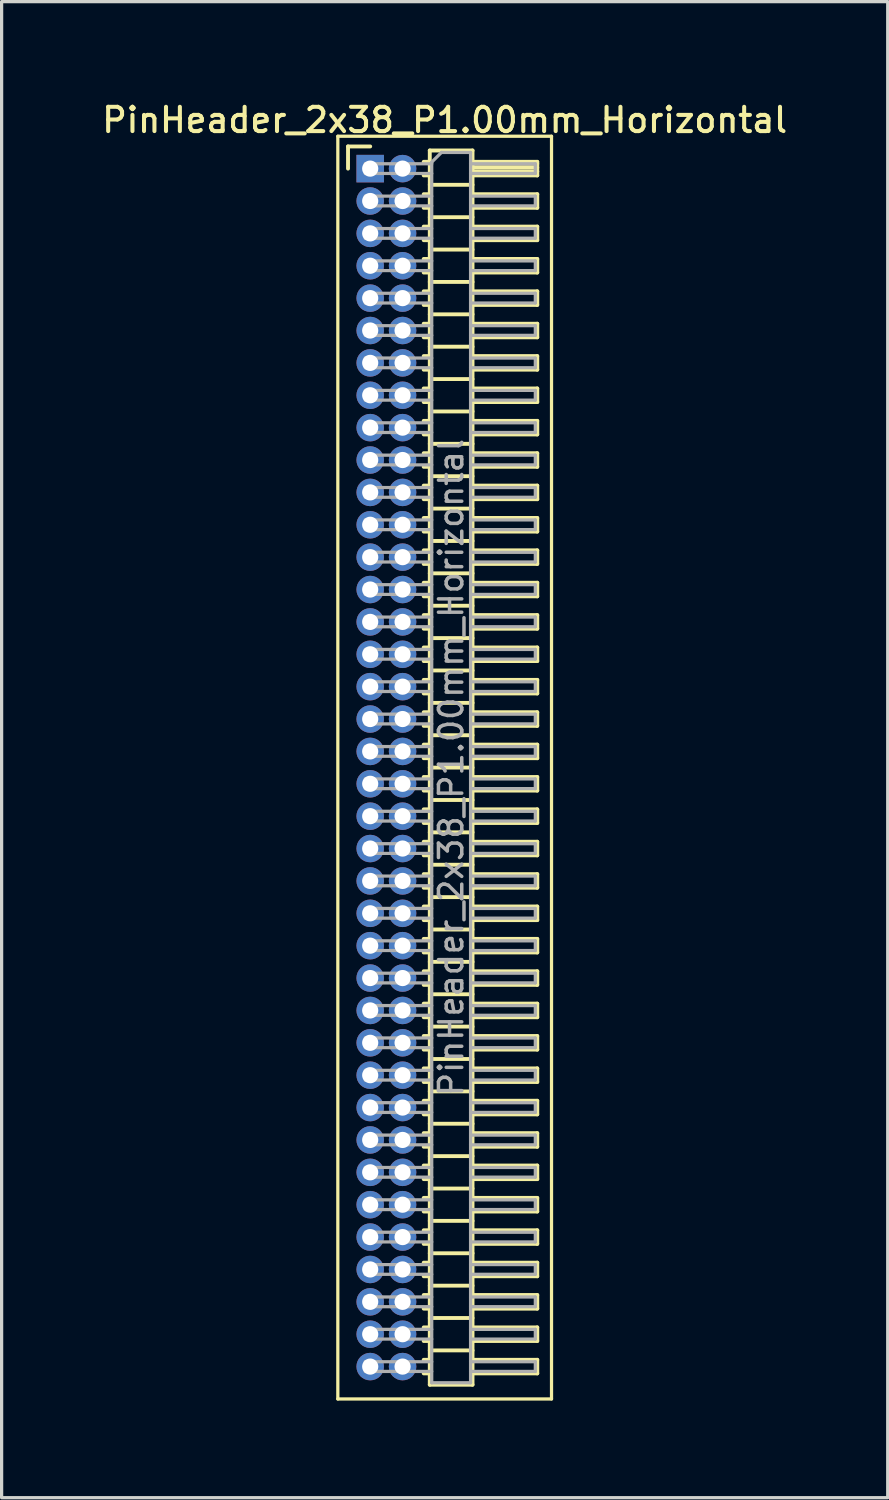
<source format=kicad_pcb>
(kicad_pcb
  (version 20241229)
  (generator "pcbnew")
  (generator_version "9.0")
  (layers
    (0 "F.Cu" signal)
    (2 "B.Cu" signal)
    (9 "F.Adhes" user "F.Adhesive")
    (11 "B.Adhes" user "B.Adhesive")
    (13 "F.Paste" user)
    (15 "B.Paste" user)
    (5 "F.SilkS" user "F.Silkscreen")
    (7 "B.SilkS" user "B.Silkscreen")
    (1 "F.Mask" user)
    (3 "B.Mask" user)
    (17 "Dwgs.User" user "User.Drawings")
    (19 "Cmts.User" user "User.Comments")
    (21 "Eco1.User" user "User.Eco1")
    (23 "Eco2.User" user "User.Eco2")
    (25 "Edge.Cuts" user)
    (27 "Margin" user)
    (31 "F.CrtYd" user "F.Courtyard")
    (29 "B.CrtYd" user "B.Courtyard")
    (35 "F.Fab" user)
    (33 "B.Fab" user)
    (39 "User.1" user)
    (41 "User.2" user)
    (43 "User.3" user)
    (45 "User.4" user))
  (footprint "PinHeader_2x38_P1.00mm_Horizontal"
    (layer "F.Cu")
    (at 8.384 2.158)
    (property "Reference" "PinHeader_2x38_P1.00mm_Horizontal" (at 2.3 -1.5 0) (layer "F.SilkS") (effects (font (size 0.75 0.75) (thickness 0.125))))
    (attr through_hole)
    (fp_line (start -1 -1) (end -1 38) (stroke (width 0.1) (type solid)) (layer "F.SilkS"))
    (fp_line (start -1 38) (end 5.6 38) (stroke (width 0.1) (type solid)) (layer "F.SilkS"))
    (fp_line (start -0.685 -0.685) (end 0 -0.685) (stroke (width 0.12) (type solid)) (layer "F.SilkS"))
    (fp_line (start -0.685 0) (end -0.685 -0.685) (stroke (width 0.12) (type solid)) (layer "F.SilkS"))
    (fp_line (start 1.652 -0.21) (end 1.84 -0.21) (stroke (width 0.12) (type solid)) (layer "F.SilkS"))
    (fp_line (start 1.652 0.21) (end 1.84 0.21) (stroke (width 0.12) (type solid)) (layer "F.SilkS"))
    (fp_line (start 1.652 0.79) (end 1.84 0.79) (stroke (width 0.12) (type solid)) (layer "F.SilkS"))
    (fp_line (start 1.652 1.21) (end 1.84 1.21) (stroke (width 0.12) (type solid)) (layer "F.SilkS"))
    (fp_line (start 1.652 1.79) (end 1.84 1.79) (stroke (width 0.12) (type solid)) (layer "F.SilkS"))
    (fp_line (start 1.652 2.21) (end 1.84 2.21) (stroke (width 0.12) (type solid)) (layer "F.SilkS"))
    (fp_line (start 1.652 2.79) (end 1.84 2.79) (stroke (width 0.12) (type solid)) (layer "F.SilkS"))
    (fp_line (start 1.652 3.21) (end 1.84 3.21) (stroke (width 0.12) (type solid)) (layer "F.SilkS"))
    (fp_line (start 1.652 3.79) (end 1.84 3.79) (stroke (width 0.12) (type solid)) (layer "F.SilkS"))
    (fp_line (start 1.652 4.21) (end 1.84 4.21) (stroke (width 0.12) (type solid)) (layer "F.SilkS"))
    (fp_line (start 1.652 4.79) (end 1.84 4.79) (stroke (width 0.12) (type solid)) (layer "F.SilkS"))
    (fp_line (start 1.652 5.21) (end 1.84 5.21) (stroke (width 0.12) (type solid)) (layer "F.SilkS"))
    (fp_line (start 1.652 5.79) (end 1.84 5.79) (stroke (width 0.12) (type solid)) (layer "F.SilkS"))
    (fp_line (start 1.652 6.21) (end 1.84 6.21) (stroke (width 0.12) (type solid)) (layer "F.SilkS"))
    (fp_line (start 1.652 6.79) (end 1.84 6.79) (stroke (width 0.12) (type solid)) (layer "F.SilkS"))
    (fp_line (start 1.652 7.21) (end 1.84 7.21) (stroke (width 0.12) (type solid)) (layer "F.SilkS"))
    (fp_line (start 1.652 7.79) (end 1.84 7.79) (stroke (width 0.12) (type solid)) (layer "F.SilkS"))
    (fp_line (start 1.652 8.21) (end 1.84 8.21) (stroke (width 0.12) (type solid)) (layer "F.SilkS"))
    (fp_line (start 1.652 8.79) (end 1.84 8.79) (stroke (width 0.12) (type solid)) (layer "F.SilkS"))
    (fp_line (start 1.652 9.21) (end 1.84 9.21) (stroke (width 0.12) (type solid)) (layer "F.SilkS"))
    (fp_line (start 1.652 9.79) (end 1.84 9.79) (stroke (width 0.12) (type solid)) (layer "F.SilkS"))
    (fp_line (start 1.652 10.21) (end 1.84 10.21) (stroke (width 0.12) (type solid)) (layer "F.SilkS"))
    (fp_line (start 1.652 10.79) (end 1.84 10.79) (stroke (width 0.12) (type solid)) (layer "F.SilkS"))
    (fp_line (start 1.652 11.21) (end 1.84 11.21) (stroke (width 0.12) (type solid)) (layer "F.SilkS"))
    (fp_line (start 1.652 11.79) (end 1.84 11.79) (stroke (width 0.12) (type solid)) (layer "F.SilkS"))
    (fp_line (start 1.652 12.21) (end 1.84 12.21) (stroke (width 0.12) (type solid)) (layer "F.SilkS"))
    (fp_line (start 1.652 12.79) (end 1.84 12.79) (stroke (width 0.12) (type solid)) (layer "F.SilkS"))
    (fp_line (start 1.652 13.21) (end 1.84 13.21) (stroke (width 0.12) (type solid)) (layer "F.SilkS"))
    (fp_line (start 1.652 13.79) (end 1.84 13.79) (stroke (width 0.12) (type solid)) (layer "F.SilkS"))
    (fp_line (start 1.652 14.21) (end 1.84 14.21) (stroke (width 0.12) (type solid)) (layer "F.SilkS"))
    (fp_line (start 1.652 14.79) (end 1.84 14.79) (stroke (width 0.12) (type solid)) (layer "F.SilkS"))
    (fp_line (start 1.652 15.21) (end 1.84 15.21) (stroke (width 0.12) (type solid)) (layer "F.SilkS"))
    (fp_line (start 1.652 15.79) (end 1.84 15.79) (stroke (width 0.12) (type solid)) (layer "F.SilkS"))
    (fp_line (start 1.652 16.21) (end 1.84 16.21) (stroke (width 0.12) (type solid)) (layer "F.SilkS"))
    (fp_line (start 1.652 16.79) (end 1.84 16.79) (stroke (width 0.12) (type solid)) (layer "F.SilkS"))
    (fp_line (start 1.652 17.21) (end 1.84 17.21) (stroke (width 0.12) (type solid)) (layer "F.SilkS"))
    (fp_line (start 1.652 17.79) (end 1.84 17.79) (stroke (width 0.12) (type solid)) (layer "F.SilkS"))
    (fp_line (start 1.652 18.21) (end 1.84 18.21) (stroke (width 0.12) (type solid)) (layer "F.SilkS"))
    (fp_line (start 1.652 18.79) (end 1.84 18.79) (stroke (width 0.12) (type solid)) (layer "F.SilkS"))
    (fp_line (start 1.652 19.21) (end 1.84 19.21) (stroke (width 0.12) (type solid)) (layer "F.SilkS"))
    (fp_line (start 1.652 19.79) (end 1.84 19.79) (stroke (width 0.12) (type solid)) (layer "F.SilkS"))
    (fp_line (start 1.652 20.21) (end 1.84 20.21) (stroke (width 0.12) (type solid)) (layer "F.SilkS"))
    (fp_line (start 1.652 20.79) (end 1.84 20.79) (stroke (width 0.12) (type solid)) (layer "F.SilkS"))
    (fp_line (start 1.652 21.21) (end 1.84 21.21) (stroke (width 0.12) (type solid)) (layer "F.SilkS"))
    (fp_line (start 1.652 21.79) (end 1.84 21.79) (stroke (width 0.12) (type solid)) (layer "F.SilkS"))
    (fp_line (start 1.652 22.21) (end 1.84 22.21) (stroke (width 0.12) (type solid)) (layer "F.SilkS"))
    (fp_line (start 1.652 22.79) (end 1.84 22.79) (stroke (width 0.12) (type solid)) (layer "F.SilkS"))
    (fp_line (start 1.652 23.21) (end 1.84 23.21) (stroke (width 0.12) (type solid)) (layer "F.SilkS"))
    (fp_line (start 1.652 23.79) (end 1.84 23.79) (stroke (width 0.12) (type solid)) (layer "F.SilkS"))
    (fp_line (start 1.652 24.21) (end 1.84 24.21) (stroke (width 0.12) (type solid)) (layer "F.SilkS"))
    (fp_line (start 1.652 24.79) (end 1.84 24.79) (stroke (width 0.12) (type solid)) (layer "F.SilkS"))
    (fp_line (start 1.652 25.21) (end 1.84 25.21) (stroke (width 0.12) (type solid)) (layer "F.SilkS"))
    (fp_line (start 1.652 25.79) (end 1.84 25.79) (stroke (width 0.12) (type solid)) (layer "F.SilkS"))
    (fp_line (start 1.652 26.21) (end 1.84 26.21) (stroke (width 0.12) (type solid)) (layer "F.SilkS"))
    (fp_line (start 1.652 26.79) (end 1.84 26.79) (stroke (width 0.12) (type solid)) (layer "F.SilkS"))
    (fp_line (start 1.652 27.21) (end 1.84 27.21) (stroke (width 0.12) (type solid)) (layer "F.SilkS"))
    (fp_line (start 1.652 27.79) (end 1.84 27.79) (stroke (width 0.12) (type solid)) (layer "F.SilkS"))
    (fp_line (start 1.652 28.21) (end 1.84 28.21) (stroke (width 0.12) (type solid)) (layer "F.SilkS"))
    (fp_line (start 1.652 28.79) (end 1.84 28.79) (stroke (width 0.12) (type solid)) (layer "F.SilkS"))
    (fp_line (start 1.652 29.21) (end 1.84 29.21) (stroke (width 0.12) (type solid)) (layer "F.SilkS"))
    (fp_line (start 1.652 29.79) (end 1.84 29.79) (stroke (width 0.12) (type solid)) (layer "F.SilkS"))
    (fp_line (start 1.652 30.21) (end 1.84 30.21) (stroke (width 0.12) (type solid)) (layer "F.SilkS"))
    (fp_line (start 1.652 30.79) (end 1.84 30.79) (stroke (width 0.12) (type solid)) (layer "F.SilkS"))
    (fp_line (start 1.652 31.21) (end 1.84 31.21) (stroke (width 0.12) (type solid)) (layer "F.SilkS"))
    (fp_line (start 1.652 31.79) (end 1.84 31.79) (stroke (width 0.12) (type solid)) (layer "F.SilkS"))
    (fp_line (start 1.652 32.21) (end 1.84 32.21) (stroke (width 0.12) (type solid)) (layer "F.SilkS"))
    (fp_line (start 1.652 32.79) (end 1.84 32.79) (stroke (width 0.12) (type solid)) (layer "F.SilkS"))
    (fp_line (start 1.652 33.21) (end 1.84 33.21) (stroke (width 0.12) (type solid)) (layer "F.SilkS"))
    (fp_line (start 1.652 33.79) (end 1.84 33.79) (stroke (width 0.12) (type solid)) (layer "F.SilkS"))
    (fp_line (start 1.652 34.21) (end 1.84 34.21) (stroke (width 0.12) (type solid)) (layer "F.SilkS"))
    (fp_line (start 1.652 34.79) (end 1.84 34.79) (stroke (width 0.12) (type solid)) (layer "F.SilkS"))
    (fp_line (start 1.652 35.21) (end 1.84 35.21) (stroke (width 0.12) (type solid)) (layer "F.SilkS"))
    (fp_line (start 1.652 35.79) (end 1.84 35.79) (stroke (width 0.12) (type solid)) (layer "F.SilkS"))
    (fp_line (start 1.652 36.21) (end 1.84 36.21) (stroke (width 0.12) (type solid)) (layer "F.SilkS"))
    (fp_line (start 1.652 36.79) (end 1.84 36.79) (stroke (width 0.12) (type solid)) (layer "F.SilkS"))
    (fp_line (start 1.652 37.21) (end 1.84 37.21) (stroke (width 0.12) (type solid)) (layer "F.SilkS"))
    (fp_line (start 1.84 -0.56) (end 1.84 37.56) (stroke (width 0.12) (type solid)) (layer "F.SilkS"))
    (fp_line (start 1.84 0.5) (end 3.16 0.5) (stroke (width 0.12) (type solid)) (layer "F.SilkS"))
    (fp_line (start 1.84 1.5) (end 3.16 1.5) (stroke (width 0.12) (type solid)) (layer "F.SilkS"))
    (fp_line (start 1.84 2.5) (end 3.16 2.5) (stroke (width 0.12) (type solid)) (layer "F.SilkS"))
    (fp_line (start 1.84 3.5) (end 3.16 3.5) (stroke (width 0.12) (type solid)) (layer "F.SilkS"))
    (fp_line (start 1.84 4.5) (end 3.16 4.5) (stroke (width 0.12) (type solid)) (layer "F.SilkS"))
    (fp_line (start 1.84 5.5) (end 3.16 5.5) (stroke (width 0.12) (type solid)) (layer "F.SilkS"))
    (fp_line (start 1.84 6.5) (end 3.16 6.5) (stroke (width 0.12) (type solid)) (layer "F.SilkS"))
    (fp_line (start 1.84 7.5) (end 3.16 7.5) (stroke (width 0.12) (type solid)) (layer "F.SilkS"))
    (fp_line (start 1.84 8.5) (end 3.16 8.5) (stroke (width 0.12) (type solid)) (layer "F.SilkS"))
    (fp_line (start 1.84 9.5) (end 3.16 9.5) (stroke (width 0.12) (type solid)) (layer "F.SilkS"))
    (fp_line (start 1.84 10.5) (end 3.16 10.5) (stroke (width 0.12) (type solid)) (layer "F.SilkS"))
    (fp_line (start 1.84 11.5) (end 3.16 11.5) (stroke (width 0.12) (type solid)) (layer "F.SilkS"))
    (fp_line (start 1.84 12.5) (end 3.16 12.5) (stroke (width 0.12) (type solid)) (layer "F.SilkS"))
    (fp_line (start 1.84 13.5) (end 3.16 13.5) (stroke (width 0.12) (type solid)) (layer "F.SilkS"))
    (fp_line (start 1.84 14.5) (end 3.16 14.5) (stroke (width 0.12) (type solid)) (layer "F.SilkS"))
    (fp_line (start 1.84 15.5) (end 3.16 15.5) (stroke (width 0.12) (type solid)) (layer "F.SilkS"))
    (fp_line (start 1.84 16.5) (end 3.16 16.5) (stroke (width 0.12) (type solid)) (layer "F.SilkS"))
    (fp_line (start 1.84 17.5) (end 3.16 17.5) (stroke (width 0.12) (type solid)) (layer "F.SilkS"))
    (fp_line (start 1.84 18.5) (end 3.16 18.5) (stroke (width 0.12) (type solid)) (layer "F.SilkS"))
    (fp_line (start 1.84 19.5) (end 3.16 19.5) (stroke (width 0.12) (type solid)) (layer "F.SilkS"))
    (fp_line (start 1.84 20.5) (end 3.16 20.5) (stroke (width 0.12) (type solid)) (layer "F.SilkS"))
    (fp_line (start 1.84 21.5) (end 3.16 21.5) (stroke (width 0.12) (type solid)) (layer "F.SilkS"))
    (fp_line (start 1.84 22.5) (end 3.16 22.5) (stroke (width 0.12) (type solid)) (layer "F.SilkS"))
    (fp_line (start 1.84 23.5) (end 3.16 23.5) (stroke (width 0.12) (type solid)) (layer "F.SilkS"))
    (fp_line (start 1.84 24.5) (end 3.16 24.5) (stroke (width 0.12) (type solid)) (layer "F.SilkS"))
    (fp_line (start 1.84 25.5) (end 3.16 25.5) (stroke (width 0.12) (type solid)) (layer "F.SilkS"))
    (fp_line (start 1.84 26.5) (end 3.16 26.5) (stroke (width 0.12) (type solid)) (layer "F.SilkS"))
    (fp_line (start 1.84 27.5) (end 3.16 27.5) (stroke (width 0.12) (type solid)) (layer "F.SilkS"))
    (fp_line (start 1.84 28.5) (end 3.16 28.5) (stroke (width 0.12) (type solid)) (layer "F.SilkS"))
    (fp_line (start 1.84 29.5) (end 3.16 29.5) (stroke (width 0.12) (type solid)) (layer "F.SilkS"))
    (fp_line (start 1.84 30.5) (end 3.16 30.5) (stroke (width 0.12) (type solid)) (layer "F.SilkS"))
    (fp_line (start 1.84 31.5) (end 3.16 31.5) (stroke (width 0.12) (type solid)) (layer "F.SilkS"))
    (fp_line (start 1.84 32.5) (end 3.16 32.5) (stroke (width 0.12) (type solid)) (layer "F.SilkS"))
    (fp_line (start 1.84 33.5) (end 3.16 33.5) (stroke (width 0.12) (type solid)) (layer "F.SilkS"))
    (fp_line (start 1.84 34.5) (end 3.16 34.5) (stroke (width 0.12) (type solid)) (layer "F.SilkS"))
    (fp_line (start 1.84 35.5) (end 3.16 35.5) (stroke (width 0.12) (type solid)) (layer "F.SilkS"))
    (fp_line (start 1.84 36.5) (end 3.16 36.5) (stroke (width 0.12) (type solid)) (layer "F.SilkS"))
    (fp_line (start 1.84 37.56) (end 3.16 37.56) (stroke (width 0.12) (type solid)) (layer "F.SilkS"))
    (fp_line (start 3.16 -0.56) (end 1.84 -0.56) (stroke (width 0.12) (type solid)) (layer "F.SilkS"))
    (fp_line (start 3.16 -0.21) (end 5.16 -0.21) (stroke (width 0.12) (type solid)) (layer "F.SilkS"))
    (fp_line (start 3.16 -0.15) (end 5.16 -0.15) (stroke (width 0.12) (type solid)) (layer "F.SilkS"))
    (fp_line (start 3.16 -0.03) (end 5.16 -0.03) (stroke (width 0.12) (type solid)) (layer "F.SilkS"))
    (fp_line (start 3.16 0.09) (end 5.16 0.09) (stroke (width 0.12) (type solid)) (layer "F.SilkS"))
    (fp_line (start 3.16 0.79) (end 5.16 0.79) (stroke (width 0.12) (type solid)) (layer "F.SilkS"))
    (fp_line (start 3.16 1.79) (end 5.16 1.79) (stroke (width 0.12) (type solid)) (layer "F.SilkS"))
    (fp_line (start 3.16 2.79) (end 5.16 2.79) (stroke (width 0.12) (type solid)) (layer "F.SilkS"))
    (fp_line (start 3.16 3.79) (end 5.16 3.79) (stroke (width 0.12) (type solid)) (layer "F.SilkS"))
    (fp_line (start 3.16 4.79) (end 5.16 4.79) (stroke (width 0.12) (type solid)) (layer "F.SilkS"))
    (fp_line (start 3.16 5.79) (end 5.16 5.79) (stroke (width 0.12) (type solid)) (layer "F.SilkS"))
    (fp_line (start 3.16 6.79) (end 5.16 6.79) (stroke (width 0.12) (type solid)) (layer "F.SilkS"))
    (fp_line (start 3.16 7.79) (end 5.16 7.79) (stroke (width 0.12) (type solid)) (layer "F.SilkS"))
    (fp_line (start 3.16 8.79) (end 5.16 8.79) (stroke (width 0.12) (type solid)) (layer "F.SilkS"))
    (fp_line (start 3.16 9.79) (end 5.16 9.79) (stroke (width 0.12) (type solid)) (layer "F.SilkS"))
    (fp_line (start 3.16 10.79) (end 5.16 10.79) (stroke (width 0.12) (type solid)) (layer "F.SilkS"))
    (fp_line (start 3.16 11.79) (end 5.16 11.79) (stroke (width 0.12) (type solid)) (layer "F.SilkS"))
    (fp_line (start 3.16 12.79) (end 5.16 12.79) (stroke (width 0.12) (type solid)) (layer "F.SilkS"))
    (fp_line (start 3.16 13.79) (end 5.16 13.79) (stroke (width 0.12) (type solid)) (layer "F.SilkS"))
    (fp_line (start 3.16 14.79) (end 5.16 14.79) (stroke (width 0.12) (type solid)) (layer "F.SilkS"))
    (fp_line (start 3.16 15.79) (end 5.16 15.79) (stroke (width 0.12) (type solid)) (layer "F.SilkS"))
    (fp_line (start 3.16 16.79) (end 5.16 16.79) (stroke (width 0.12) (type solid)) (layer "F.SilkS"))
    (fp_line (start 3.16 17.79) (end 5.16 17.79) (stroke (width 0.12) (type solid)) (layer "F.SilkS"))
    (fp_line (start 3.16 18.79) (end 5.16 18.79) (stroke (width 0.12) (type solid)) (layer "F.SilkS"))
    (fp_line (start 3.16 19.79) (end 5.16 19.79) (stroke (width 0.12) (type solid)) (layer "F.SilkS"))
    (fp_line (start 3.16 20.79) (end 5.16 20.79) (stroke (width 0.12) (type solid)) (layer "F.SilkS"))
    (fp_line (start 3.16 21.79) (end 5.16 21.79) (stroke (width 0.12) (type solid)) (layer "F.SilkS"))
    (fp_line (start 3.16 22.79) (end 5.16 22.79) (stroke (width 0.12) (type solid)) (layer "F.SilkS"))
    (fp_line (start 3.16 23.79) (end 5.16 23.79) (stroke (width 0.12) (type solid)) (layer "F.SilkS"))
    (fp_line (start 3.16 24.79) (end 5.16 24.79) (stroke (width 0.12) (type solid)) (layer "F.SilkS"))
    (fp_line (start 3.16 25.79) (end 5.16 25.79) (stroke (width 0.12) (type solid)) (layer "F.SilkS"))
    (fp_line (start 3.16 26.79) (end 5.16 26.79) (stroke (width 0.12) (type solid)) (layer "F.SilkS"))
    (fp_line (start 3.16 27.79) (end 5.16 27.79) (stroke (width 0.12) (type solid)) (layer "F.SilkS"))
    (fp_line (start 3.16 28.79) (end 5.16 28.79) (stroke (width 0.12) (type solid)) (layer "F.SilkS"))
    (fp_line (start 3.16 29.79) (end 5.16 29.79) (stroke (width 0.12) (type solid)) (layer "F.SilkS"))
    (fp_line (start 3.16 30.79) (end 5.16 30.79) (stroke (width 0.12) (type solid)) (layer "F.SilkS"))
    (fp_line (start 3.16 31.79) (end 5.16 31.79) (stroke (width 0.12) (type solid)) (layer "F.SilkS"))
    (fp_line (start 3.16 32.79) (end 5.16 32.79) (stroke (width 0.12) (type solid)) (layer "F.SilkS"))
    (fp_line (start 3.16 33.79) (end 5.16 33.79) (stroke (width 0.12) (type solid)) (layer "F.SilkS"))
    (fp_line (start 3.16 34.79) (end 5.16 34.79) (stroke (width 0.12) (type solid)) (layer "F.SilkS"))
    (fp_line (start 3.16 35.79) (end 5.16 35.79) (stroke (width 0.12) (type solid)) (layer "F.SilkS"))
    (fp_line (start 3.16 36.79) (end 5.16 36.79) (stroke (width 0.12) (type solid)) (layer "F.SilkS"))
    (fp_line (start 3.16 37.56) (end 3.16 -0.56) (stroke (width 0.12) (type solid)) (layer "F.SilkS"))
    (fp_line (start 5.16 -0.21) (end 5.16 0.21) (stroke (width 0.12) (type solid)) (layer "F.SilkS"))
    (fp_line (start 5.16 0.21) (end 3.16 0.21) (stroke (width 0.12) (type solid)) (layer "F.SilkS"))
    (fp_line (start 5.16 0.79) (end 5.16 1.21) (stroke (width 0.12) (type solid)) (layer "F.SilkS"))
    (fp_line (start 5.16 1.21) (end 3.16 1.21) (stroke (width 0.12) (type solid)) (layer "F.SilkS"))
    (fp_line (start 5.16 1.79) (end 5.16 2.21) (stroke (width 0.12) (type solid)) (layer "F.SilkS"))
    (fp_line (start 5.16 2.21) (end 3.16 2.21) (stroke (width 0.12) (type solid)) (layer "F.SilkS"))
    (fp_line (start 5.16 2.79) (end 5.16 3.21) (stroke (width 0.12) (type solid)) (layer "F.SilkS"))
    (fp_line (start 5.16 3.21) (end 3.16 3.21) (stroke (width 0.12) (type solid)) (layer "F.SilkS"))
    (fp_line (start 5.16 3.79) (end 5.16 4.21) (stroke (width 0.12) (type solid)) (layer "F.SilkS"))
    (fp_line (start 5.16 4.21) (end 3.16 4.21) (stroke (width 0.12) (type solid)) (layer "F.SilkS"))
    (fp_line (start 5.16 4.79) (end 5.16 5.21) (stroke (width 0.12) (type solid)) (layer "F.SilkS"))
    (fp_line (start 5.16 5.21) (end 3.16 5.21) (stroke (width 0.12) (type solid)) (layer "F.SilkS"))
    (fp_line (start 5.16 5.79) (end 5.16 6.21) (stroke (width 0.12) (type solid)) (layer "F.SilkS"))
    (fp_line (start 5.16 6.21) (end 3.16 6.21) (stroke (width 0.12) (type solid)) (layer "F.SilkS"))
    (fp_line (start 5.16 6.79) (end 5.16 7.21) (stroke (width 0.12) (type solid)) (layer "F.SilkS"))
    (fp_line (start 5.16 7.21) (end 3.16 7.21) (stroke (width 0.12) (type solid)) (layer "F.SilkS"))
    (fp_line (start 5.16 7.79) (end 5.16 8.21) (stroke (width 0.12) (type solid)) (layer "F.SilkS"))
    (fp_line (start 5.16 8.21) (end 3.16 8.21) (stroke (width 0.12) (type solid)) (layer "F.SilkS"))
    (fp_line (start 5.16 8.79) (end 5.16 9.21) (stroke (width 0.12) (type solid)) (layer "F.SilkS"))
    (fp_line (start 5.16 9.21) (end 3.16 9.21) (stroke (width 0.12) (type solid)) (layer "F.SilkS"))
    (fp_line (start 5.16 9.79) (end 5.16 10.21) (stroke (width 0.12) (type solid)) (layer "F.SilkS"))
    (fp_line (start 5.16 10.21) (end 3.16 10.21) (stroke (width 0.12) (type solid)) (layer "F.SilkS"))
    (fp_line (start 5.16 10.79) (end 5.16 11.21) (stroke (width 0.12) (type solid)) (layer "F.SilkS"))
    (fp_line (start 5.16 11.21) (end 3.16 11.21) (stroke (width 0.12) (type solid)) (layer "F.SilkS"))
    (fp_line (start 5.16 11.79) (end 5.16 12.21) (stroke (width 0.12) (type solid)) (layer "F.SilkS"))
    (fp_line (start 5.16 12.21) (end 3.16 12.21) (stroke (width 0.12) (type solid)) (layer "F.SilkS"))
    (fp_line (start 5.16 12.79) (end 5.16 13.21) (stroke (width 0.12) (type solid)) (layer "F.SilkS"))
    (fp_line (start 5.16 13.21) (end 3.16 13.21) (stroke (width 0.12) (type solid)) (layer "F.SilkS"))
    (fp_line (start 5.16 13.79) (end 5.16 14.21) (stroke (width 0.12) (type solid)) (layer "F.SilkS"))
    (fp_line (start 5.16 14.21) (end 3.16 14.21) (stroke (width 0.12) (type solid)) (layer "F.SilkS"))
    (fp_line (start 5.16 14.79) (end 5.16 15.21) (stroke (width 0.12) (type solid)) (layer "F.SilkS"))
    (fp_line (start 5.16 15.21) (end 3.16 15.21) (stroke (width 0.12) (type solid)) (layer "F.SilkS"))
    (fp_line (start 5.16 15.79) (end 5.16 16.21) (stroke (width 0.12) (type solid)) (layer "F.SilkS"))
    (fp_line (start 5.16 16.21) (end 3.16 16.21) (stroke (width 0.12) (type solid)) (layer "F.SilkS"))
    (fp_line (start 5.16 16.79) (end 5.16 17.21) (stroke (width 0.12) (type solid)) (layer "F.SilkS"))
    (fp_line (start 5.16 17.21) (end 3.16 17.21) (stroke (width 0.12) (type solid)) (layer "F.SilkS"))
    (fp_line (start 5.16 17.79) (end 5.16 18.21) (stroke (width 0.12) (type solid)) (layer "F.SilkS"))
    (fp_line (start 5.16 18.21) (end 3.16 18.21) (stroke (width 0.12) (type solid)) (layer "F.SilkS"))
    (fp_line (start 5.16 18.79) (end 5.16 19.21) (stroke (width 0.12) (type solid)) (layer "F.SilkS"))
    (fp_line (start 5.16 19.21) (end 3.16 19.21) (stroke (width 0.12) (type solid)) (layer "F.SilkS"))
    (fp_line (start 5.16 19.79) (end 5.16 20.21) (stroke (width 0.12) (type solid)) (layer "F.SilkS"))
    (fp_line (start 5.16 20.21) (end 3.16 20.21) (stroke (width 0.12) (type solid)) (layer "F.SilkS"))
    (fp_line (start 5.16 20.79) (end 5.16 21.21) (stroke (width 0.12) (type solid)) (layer "F.SilkS"))
    (fp_line (start 5.16 21.21) (end 3.16 21.21) (stroke (width 0.12) (type solid)) (layer "F.SilkS"))
    (fp_line (start 5.16 21.79) (end 5.16 22.21) (stroke (width 0.12) (type solid)) (layer "F.SilkS"))
    (fp_line (start 5.16 22.21) (end 3.16 22.21) (stroke (width 0.12) (type solid)) (layer "F.SilkS"))
    (fp_line (start 5.16 22.79) (end 5.16 23.21) (stroke (width 0.12) (type solid)) (layer "F.SilkS"))
    (fp_line (start 5.16 23.21) (end 3.16 23.21) (stroke (width 0.12) (type solid)) (layer "F.SilkS"))
    (fp_line (start 5.16 23.79) (end 5.16 24.21) (stroke (width 0.12) (type solid)) (layer "F.SilkS"))
    (fp_line (start 5.16 24.21) (end 3.16 24.21) (stroke (width 0.12) (type solid)) (layer "F.SilkS"))
    (fp_line (start 5.16 24.79) (end 5.16 25.21) (stroke (width 0.12) (type solid)) (layer "F.SilkS"))
    (fp_line (start 5.16 25.21) (end 3.16 25.21) (stroke (width 0.12) (type solid)) (layer "F.SilkS"))
    (fp_line (start 5.16 25.79) (end 5.16 26.21) (stroke (width 0.12) (type solid)) (layer "F.SilkS"))
    (fp_line (start 5.16 26.21) (end 3.16 26.21) (stroke (width 0.12) (type solid)) (layer "F.SilkS"))
    (fp_line (start 5.16 26.79) (end 5.16 27.21) (stroke (width 0.12) (type solid)) (layer "F.SilkS"))
    (fp_line (start 5.16 27.21) (end 3.16 27.21) (stroke (width 0.12) (type solid)) (layer "F.SilkS"))
    (fp_line (start 5.16 27.79) (end 5.16 28.21) (stroke (width 0.12) (type solid)) (layer "F.SilkS"))
    (fp_line (start 5.16 28.21) (end 3.16 28.21) (stroke (width 0.12) (type solid)) (layer "F.SilkS"))
    (fp_line (start 5.16 28.79) (end 5.16 29.21) (stroke (width 0.12) (type solid)) (layer "F.SilkS"))
    (fp_line (start 5.16 29.21) (end 3.16 29.21) (stroke (width 0.12) (type solid)) (layer "F.SilkS"))
    (fp_line (start 5.16 29.79) (end 5.16 30.21) (stroke (width 0.12) (type solid)) (layer "F.SilkS"))
    (fp_line (start 5.16 30.21) (end 3.16 30.21) (stroke (width 0.12) (type solid)) (layer "F.SilkS"))
    (fp_line (start 5.16 30.79) (end 5.16 31.21) (stroke (width 0.12) (type solid)) (layer "F.SilkS"))
    (fp_line (start 5.16 31.21) (end 3.16 31.21) (stroke (width 0.12) (type solid)) (layer "F.SilkS"))
    (fp_line (start 5.16 31.79) (end 5.16 32.21) (stroke (width 0.12) (type solid)) (layer "F.SilkS"))
    (fp_line (start 5.16 32.21) (end 3.16 32.21) (stroke (width 0.12) (type solid)) (layer "F.SilkS"))
    (fp_line (start 5.16 32.79) (end 5.16 33.21) (stroke (width 0.12) (type solid)) (layer "F.SilkS"))
    (fp_line (start 5.16 33.21) (end 3.16 33.21) (stroke (width 0.12) (type solid)) (layer "F.SilkS"))
    (fp_line (start 5.16 33.79) (end 5.16 34.21) (stroke (width 0.12) (type solid)) (layer "F.SilkS"))
    (fp_line (start 5.16 34.21) (end 3.16 34.21) (stroke (width 0.12) (type solid)) (layer "F.SilkS"))
    (fp_line (start 5.16 34.79) (end 5.16 35.21) (stroke (width 0.12) (type solid)) (layer "F.SilkS"))
    (fp_line (start 5.16 35.21) (end 3.16 35.21) (stroke (width 0.12) (type solid)) (layer "F.SilkS"))
    (fp_line (start 5.16 35.79) (end 5.16 36.21) (stroke (width 0.12) (type solid)) (layer "F.SilkS"))
    (fp_line (start 5.16 36.21) (end 3.16 36.21) (stroke (width 0.12) (type solid)) (layer "F.SilkS"))
    (fp_line (start 5.16 36.79) (end 5.16 37.21) (stroke (width 0.12) (type solid)) (layer "F.SilkS"))
    (fp_line (start 5.16 37.21) (end 3.16 37.21) (stroke (width 0.12) (type solid)) (layer "F.SilkS"))
    (fp_line (start 5.6 -1) (end -1 -1) (stroke (width 0.1) (type solid)) (layer "F.SilkS"))
    (fp_line (start 5.6 38) (end 5.6 -1) (stroke (width 0.1) (type solid)) (layer "F.SilkS"))
    (fp_line (start -0.15 -0.15) (end -0.15 0.15) (stroke (width 0.1) (type solid)) (layer "F.Fab"))
    (fp_line (start -0.15 -0.15) (end 1.9 -0.15) (stroke (width 0.1) (type solid)) (layer "F.Fab"))
    (fp_line (start -0.15 0.15) (end 1.9 0.15) (stroke (width 0.1) (type solid)) (layer "F.Fab"))
    (fp_line (start -0.15 0.85) (end -0.15 1.15) (stroke (width 0.1) (type solid)) (layer "F.Fab"))
    (fp_line (start -0.15 0.85) (end 1.9 0.85) (stroke (width 0.1) (type solid)) (layer "F.Fab"))
    (fp_line (start -0.15 1.15) (end 1.9 1.15) (stroke (width 0.1) (type solid)) (layer "F.Fab"))
    (fp_line (start -0.15 1.85) (end -0.15 2.15) (stroke (width 0.1) (type solid)) (layer "F.Fab"))
    (fp_line (start -0.15 1.85) (end 1.9 1.85) (stroke (width 0.1) (type solid)) (layer "F.Fab"))
    (fp_line (start -0.15 2.15) (end 1.9 2.15) (stroke (width 0.1) (type solid)) (layer "F.Fab"))
    (fp_line (start -0.15 2.85) (end -0.15 3.15) (stroke (width 0.1) (type solid)) (layer "F.Fab"))
    (fp_line (start -0.15 2.85) (end 1.9 2.85) (stroke (width 0.1) (type solid)) (layer "F.Fab"))
    (fp_line (start -0.15 3.15) (end 1.9 3.15) (stroke (width 0.1) (type solid)) (layer "F.Fab"))
    (fp_line (start -0.15 3.85) (end -0.15 4.15) (stroke (width 0.1) (type solid)) (layer "F.Fab"))
    (fp_line (start -0.15 3.85) (end 1.9 3.85) (stroke (width 0.1) (type solid)) (layer "F.Fab"))
    (fp_line (start -0.15 4.15) (end 1.9 4.15) (stroke (width 0.1) (type solid)) (layer "F.Fab"))
    (fp_line (start -0.15 4.85) (end -0.15 5.15) (stroke (width 0.1) (type solid)) (layer "F.Fab"))
    (fp_line (start -0.15 4.85) (end 1.9 4.85) (stroke (width 0.1) (type solid)) (layer "F.Fab"))
    (fp_line (start -0.15 5.15) (end 1.9 5.15) (stroke (width 0.1) (type solid)) (layer "F.Fab"))
    (fp_line (start -0.15 5.85) (end -0.15 6.15) (stroke (width 0.1) (type solid)) (layer "F.Fab"))
    (fp_line (start -0.15 5.85) (end 1.9 5.85) (stroke (width 0.1) (type solid)) (layer "F.Fab"))
    (fp_line (start -0.15 6.15) (end 1.9 6.15) (stroke (width 0.1) (type solid)) (layer "F.Fab"))
    (fp_line (start -0.15 6.85) (end -0.15 7.15) (stroke (width 0.1) (type solid)) (layer "F.Fab"))
    (fp_line (start -0.15 6.85) (end 1.9 6.85) (stroke (width 0.1) (type solid)) (layer "F.Fab"))
    (fp_line (start -0.15 7.15) (end 1.9 7.15) (stroke (width 0.1) (type solid)) (layer "F.Fab"))
    (fp_line (start -0.15 7.85) (end -0.15 8.15) (stroke (width 0.1) (type solid)) (layer "F.Fab"))
    (fp_line (start -0.15 7.85) (end 1.9 7.85) (stroke (width 0.1) (type solid)) (layer "F.Fab"))
    (fp_line (start -0.15 8.15) (end 1.9 8.15) (stroke (width 0.1) (type solid)) (layer "F.Fab"))
    (fp_line (start -0.15 8.85) (end -0.15 9.15) (stroke (width 0.1) (type solid)) (layer "F.Fab"))
    (fp_line (start -0.15 8.85) (end 1.9 8.85) (stroke (width 0.1) (type solid)) (layer "F.Fab"))
    (fp_line (start -0.15 9.15) (end 1.9 9.15) (stroke (width 0.1) (type solid)) (layer "F.Fab"))
    (fp_line (start -0.15 9.85) (end -0.15 10.15) (stroke (width 0.1) (type solid)) (layer "F.Fab"))
    (fp_line (start -0.15 9.85) (end 1.9 9.85) (stroke (width 0.1) (type solid)) (layer "F.Fab"))
    (fp_line (start -0.15 10.15) (end 1.9 10.15) (stroke (width 0.1) (type solid)) (layer "F.Fab"))
    (fp_line (start -0.15 10.85) (end -0.15 11.15) (stroke (width 0.1) (type solid)) (layer "F.Fab"))
    (fp_line (start -0.15 10.85) (end 1.9 10.85) (stroke (width 0.1) (type solid)) (layer "F.Fab"))
    (fp_line (start -0.15 11.15) (end 1.9 11.15) (stroke (width 0.1) (type solid)) (layer "F.Fab"))
    (fp_line (start -0.15 11.85) (end -0.15 12.15) (stroke (width 0.1) (type solid)) (layer "F.Fab"))
    (fp_line (start -0.15 11.85) (end 1.9 11.85) (stroke (width 0.1) (type solid)) (layer "F.Fab"))
    (fp_line (start -0.15 12.15) (end 1.9 12.15) (stroke (width 0.1) (type solid)) (layer "F.Fab"))
    (fp_line (start -0.15 12.85) (end -0.15 13.15) (stroke (width 0.1) (type solid)) (layer "F.Fab"))
    (fp_line (start -0.15 12.85) (end 1.9 12.85) (stroke (width 0.1) (type solid)) (layer "F.Fab"))
    (fp_line (start -0.15 13.15) (end 1.9 13.15) (stroke (width 0.1) (type solid)) (layer "F.Fab"))
    (fp_line (start -0.15 13.85) (end -0.15 14.15) (stroke (width 0.1) (type solid)) (layer "F.Fab"))
    (fp_line (start -0.15 13.85) (end 1.9 13.85) (stroke (width 0.1) (type solid)) (layer "F.Fab"))
    (fp_line (start -0.15 14.15) (end 1.9 14.15) (stroke (width 0.1) (type solid)) (layer "F.Fab"))
    (fp_line (start -0.15 14.85) (end -0.15 15.15) (stroke (width 0.1) (type solid)) (layer "F.Fab"))
    (fp_line (start -0.15 14.85) (end 1.9 14.85) (stroke (width 0.1) (type solid)) (layer "F.Fab"))
    (fp_line (start -0.15 15.15) (end 1.9 15.15) (stroke (width 0.1) (type solid)) (layer "F.Fab"))
    (fp_line (start -0.15 15.85) (end -0.15 16.15) (stroke (width 0.1) (type solid)) (layer "F.Fab"))
    (fp_line (start -0.15 15.85) (end 1.9 15.85) (stroke (width 0.1) (type solid)) (layer "F.Fab"))
    (fp_line (start -0.15 16.15) (end 1.9 16.15) (stroke (width 0.1) (type solid)) (layer "F.Fab"))
    (fp_line (start -0.15 16.85) (end -0.15 17.15) (stroke (width 0.1) (type solid)) (layer "F.Fab"))
    (fp_line (start -0.15 16.85) (end 1.9 16.85) (stroke (width 0.1) (type solid)) (layer "F.Fab"))
    (fp_line (start -0.15 17.15) (end 1.9 17.15) (stroke (width 0.1) (type solid)) (layer "F.Fab"))
    (fp_line (start -0.15 17.85) (end -0.15 18.15) (stroke (width 0.1) (type solid)) (layer "F.Fab"))
    (fp_line (start -0.15 17.85) (end 1.9 17.85) (stroke (width 0.1) (type solid)) (layer "F.Fab"))
    (fp_line (start -0.15 18.15) (end 1.9 18.15) (stroke (width 0.1) (type solid)) (layer "F.Fab"))
    (fp_line (start -0.15 18.85) (end -0.15 19.15) (stroke (width 0.1) (type solid)) (layer "F.Fab"))
    (fp_line (start -0.15 18.85) (end 1.9 18.85) (stroke (width 0.1) (type solid)) (layer "F.Fab"))
    (fp_line (start -0.15 19.15) (end 1.9 19.15) (stroke (width 0.1) (type solid)) (layer "F.Fab"))
    (fp_line (start -0.15 19.85) (end -0.15 20.15) (stroke (width 0.1) (type solid)) (layer "F.Fab"))
    (fp_line (start -0.15 19.85) (end 1.9 19.85) (stroke (width 0.1) (type solid)) (layer "F.Fab"))
    (fp_line (start -0.15 20.15) (end 1.9 20.15) (stroke (width 0.1) (type solid)) (layer "F.Fab"))
    (fp_line (start -0.15 20.85) (end -0.15 21.15) (stroke (width 0.1) (type solid)) (layer "F.Fab"))
    (fp_line (start -0.15 20.85) (end 1.9 20.85) (stroke (width 0.1) (type solid)) (layer "F.Fab"))
    (fp_line (start -0.15 21.15) (end 1.9 21.15) (stroke (width 0.1) (type solid)) (layer "F.Fab"))
    (fp_line (start -0.15 21.85) (end -0.15 22.15) (stroke (width 0.1) (type solid)) (layer "F.Fab"))
    (fp_line (start -0.15 21.85) (end 1.9 21.85) (stroke (width 0.1) (type solid)) (layer "F.Fab"))
    (fp_line (start -0.15 22.15) (end 1.9 22.15) (stroke (width 0.1) (type solid)) (layer "F.Fab"))
    (fp_line (start -0.15 22.85) (end -0.15 23.15) (stroke (width 0.1) (type solid)) (layer "F.Fab"))
    (fp_line (start -0.15 22.85) (end 1.9 22.85) (stroke (width 0.1) (type solid)) (layer "F.Fab"))
    (fp_line (start -0.15 23.15) (end 1.9 23.15) (stroke (width 0.1) (type solid)) (layer "F.Fab"))
    (fp_line (start -0.15 23.85) (end -0.15 24.15) (stroke (width 0.1) (type solid)) (layer "F.Fab"))
    (fp_line (start -0.15 23.85) (end 1.9 23.85) (stroke (width 0.1) (type solid)) (layer "F.Fab"))
    (fp_line (start -0.15 24.15) (end 1.9 24.15) (stroke (width 0.1) (type solid)) (layer "F.Fab"))
    (fp_line (start -0.15 24.85) (end -0.15 25.15) (stroke (width 0.1) (type solid)) (layer "F.Fab"))
    (fp_line (start -0.15 24.85) (end 1.9 24.85) (stroke (width 0.1) (type solid)) (layer "F.Fab"))
    (fp_line (start -0.15 25.15) (end 1.9 25.15) (stroke (width 0.1) (type solid)) (layer "F.Fab"))
    (fp_line (start -0.15 25.85) (end -0.15 26.15) (stroke (width 0.1) (type solid)) (layer "F.Fab"))
    (fp_line (start -0.15 25.85) (end 1.9 25.85) (stroke (width 0.1) (type solid)) (layer "F.Fab"))
    (fp_line (start -0.15 26.15) (end 1.9 26.15) (stroke (width 0.1) (type solid)) (layer "F.Fab"))
    (fp_line (start -0.15 26.85) (end -0.15 27.15) (stroke (width 0.1) (type solid)) (layer "F.Fab"))
    (fp_line (start -0.15 26.85) (end 1.9 26.85) (stroke (width 0.1) (type solid)) (layer "F.Fab"))
    (fp_line (start -0.15 27.15) (end 1.9 27.15) (stroke (width 0.1) (type solid)) (layer "F.Fab"))
    (fp_line (start -0.15 27.85) (end -0.15 28.15) (stroke (width 0.1) (type solid)) (layer "F.Fab"))
    (fp_line (start -0.15 27.85) (end 1.9 27.85) (stroke (width 0.1) (type solid)) (layer "F.Fab"))
    (fp_line (start -0.15 28.15) (end 1.9 28.15) (stroke (width 0.1) (type solid)) (layer "F.Fab"))
    (fp_line (start -0.15 28.85) (end -0.15 29.15) (stroke (width 0.1) (type solid)) (layer "F.Fab"))
    (fp_line (start -0.15 28.85) (end 1.9 28.85) (stroke (width 0.1) (type solid)) (layer "F.Fab"))
    (fp_line (start -0.15 29.15) (end 1.9 29.15) (stroke (width 0.1) (type solid)) (layer "F.Fab"))
    (fp_line (start -0.15 29.85) (end -0.15 30.15) (stroke (width 0.1) (type solid)) (layer "F.Fab"))
    (fp_line (start -0.15 29.85) (end 1.9 29.85) (stroke (width 0.1) (type solid)) (layer "F.Fab"))
    (fp_line (start -0.15 30.15) (end 1.9 30.15) (stroke (width 0.1) (type solid)) (layer "F.Fab"))
    (fp_line (start -0.15 30.85) (end -0.15 31.15) (stroke (width 0.1) (type solid)) (layer "F.Fab"))
    (fp_line (start -0.15 30.85) (end 1.9 30.85) (stroke (width 0.1) (type solid)) (layer "F.Fab"))
    (fp_line (start -0.15 31.15) (end 1.9 31.15) (stroke (width 0.1) (type solid)) (layer "F.Fab"))
    (fp_line (start -0.15 31.85) (end -0.15 32.15) (stroke (width 0.1) (type solid)) (layer "F.Fab"))
    (fp_line (start -0.15 31.85) (end 1.9 31.85) (stroke (width 0.1) (type solid)) (layer "F.Fab"))
    (fp_line (start -0.15 32.15) (end 1.9 32.15) (stroke (width 0.1) (type solid)) (layer "F.Fab"))
    (fp_line (start -0.15 32.85) (end -0.15 33.15) (stroke (width 0.1) (type solid)) (layer "F.Fab"))
    (fp_line (start -0.15 32.85) (end 1.9 32.85) (stroke (width 0.1) (type solid)) (layer "F.Fab"))
    (fp_line (start -0.15 33.15) (end 1.9 33.15) (stroke (width 0.1) (type solid)) (layer "F.Fab"))
    (fp_line (start -0.15 33.85) (end -0.15 34.15) (stroke (width 0.1) (type solid)) (layer "F.Fab"))
    (fp_line (start -0.15 33.85) (end 1.9 33.85) (stroke (width 0.1) (type solid)) (layer "F.Fab"))
    (fp_line (start -0.15 34.15) (end 1.9 34.15) (stroke (width 0.1) (type solid)) (layer "F.Fab"))
    (fp_line (start -0.15 34.85) (end -0.15 35.15) (stroke (width 0.1) (type solid)) (layer "F.Fab"))
    (fp_line (start -0.15 34.85) (end 1.9 34.85) (stroke (width 0.1) (type solid)) (layer "F.Fab"))
    (fp_line (start -0.15 35.15) (end 1.9 35.15) (stroke (width 0.1) (type solid)) (layer "F.Fab"))
    (fp_line (start -0.15 35.85) (end -0.15 36.15) (stroke (width 0.1) (type solid)) (layer "F.Fab"))
    (fp_line (start -0.15 35.85) (end 1.9 35.85) (stroke (width 0.1) (type solid)) (layer "F.Fab"))
    (fp_line (start -0.15 36.15) (end 1.9 36.15) (stroke (width 0.1) (type solid)) (layer "F.Fab"))
    (fp_line (start -0.15 36.85) (end -0.15 37.15) (stroke (width 0.1) (type solid)) (layer "F.Fab"))
    (fp_line (start -0.15 36.85) (end 1.9 36.85) (stroke (width 0.1) (type solid)) (layer "F.Fab"))
    (fp_line (start -0.15 37.15) (end 1.9 37.15) (stroke (width 0.1) (type solid)) (layer "F.Fab"))
    (fp_line (start 1.9 -0.2) (end 2.2 -0.5) (stroke (width 0.1) (type solid)) (layer "F.Fab"))
    (fp_line (start 1.9 37.5) (end 1.9 -0.2) (stroke (width 0.1) (type solid)) (layer "F.Fab"))
    (fp_line (start 2.2 -0.5) (end 3.1 -0.5) (stroke (width 0.1) (type solid)) (layer "F.Fab"))
    (fp_line (start 3.1 -0.5) (end 3.1 37.5) (stroke (width 0.1) (type solid)) (layer "F.Fab"))
    (fp_line (start 3.1 -0.15) (end 5.1 -0.15) (stroke (width 0.1) (type solid)) (layer "F.Fab"))
    (fp_line (start 3.1 0.15) (end 5.1 0.15) (stroke (width 0.1) (type solid)) (layer "F.Fab"))
    (fp_line (start 3.1 0.85) (end 5.1 0.85) (stroke (width 0.1) (type solid)) (layer "F.Fab"))
    (fp_line (start 3.1 1.15) (end 5.1 1.15) (stroke (width 0.1) (type solid)) (layer "F.Fab"))
    (fp_line (start 3.1 1.85) (end 5.1 1.85) (stroke (width 0.1) (type solid)) (layer "F.Fab"))
    (fp_line (start 3.1 2.15) (end 5.1 2.15) (stroke (width 0.1) (type solid)) (layer "F.Fab"))
    (fp_line (start 3.1 2.85) (end 5.1 2.85) (stroke (width 0.1) (type solid)) (layer "F.Fab"))
    (fp_line (start 3.1 3.15) (end 5.1 3.15) (stroke (width 0.1) (type solid)) (layer "F.Fab"))
    (fp_line (start 3.1 3.85) (end 5.1 3.85) (stroke (width 0.1) (type solid)) (layer "F.Fab"))
    (fp_line (start 3.1 4.15) (end 5.1 4.15) (stroke (width 0.1) (type solid)) (layer "F.Fab"))
    (fp_line (start 3.1 4.85) (end 5.1 4.85) (stroke (width 0.1) (type solid)) (layer "F.Fab"))
    (fp_line (start 3.1 5.15) (end 5.1 5.15) (stroke (width 0.1) (type solid)) (layer "F.Fab"))
    (fp_line (start 3.1 5.85) (end 5.1 5.85) (stroke (width 0.1) (type solid)) (layer "F.Fab"))
    (fp_line (start 3.1 6.15) (end 5.1 6.15) (stroke (width 0.1) (type solid)) (layer "F.Fab"))
    (fp_line (start 3.1 6.85) (end 5.1 6.85) (stroke (width 0.1) (type solid)) (layer "F.Fab"))
    (fp_line (start 3.1 7.15) (end 5.1 7.15) (stroke (width 0.1) (type solid)) (layer "F.Fab"))
    (fp_line (start 3.1 7.85) (end 5.1 7.85) (stroke (width 0.1) (type solid)) (layer "F.Fab"))
    (fp_line (start 3.1 8.15) (end 5.1 8.15) (stroke (width 0.1) (type solid)) (layer "F.Fab"))
    (fp_line (start 3.1 8.85) (end 5.1 8.85) (stroke (width 0.1) (type solid)) (layer "F.Fab"))
    (fp_line (start 3.1 9.15) (end 5.1 9.15) (stroke (width 0.1) (type solid)) (layer "F.Fab"))
    (fp_line (start 3.1 9.85) (end 5.1 9.85) (stroke (width 0.1) (type solid)) (layer "F.Fab"))
    (fp_line (start 3.1 10.15) (end 5.1 10.15) (stroke (width 0.1) (type solid)) (layer "F.Fab"))
    (fp_line (start 3.1 10.85) (end 5.1 10.85) (stroke (width 0.1) (type solid)) (layer "F.Fab"))
    (fp_line (start 3.1 11.15) (end 5.1 11.15) (stroke (width 0.1) (type solid)) (layer "F.Fab"))
    (fp_line (start 3.1 11.85) (end 5.1 11.85) (stroke (width 0.1) (type solid)) (layer "F.Fab"))
    (fp_line (start 3.1 12.15) (end 5.1 12.15) (stroke (width 0.1) (type solid)) (layer "F.Fab"))
    (fp_line (start 3.1 12.85) (end 5.1 12.85) (stroke (width 0.1) (type solid)) (layer "F.Fab"))
    (fp_line (start 3.1 13.15) (end 5.1 13.15) (stroke (width 0.1) (type solid)) (layer "F.Fab"))
    (fp_line (start 3.1 13.85) (end 5.1 13.85) (stroke (width 0.1) (type solid)) (layer "F.Fab"))
    (fp_line (start 3.1 14.15) (end 5.1 14.15) (stroke (width 0.1) (type solid)) (layer "F.Fab"))
    (fp_line (start 3.1 14.85) (end 5.1 14.85) (stroke (width 0.1) (type solid)) (layer "F.Fab"))
    (fp_line (start 3.1 15.15) (end 5.1 15.15) (stroke (width 0.1) (type solid)) (layer "F.Fab"))
    (fp_line (start 3.1 15.85) (end 5.1 15.85) (stroke (width 0.1) (type solid)) (layer "F.Fab"))
    (fp_line (start 3.1 16.15) (end 5.1 16.15) (stroke (width 0.1) (type solid)) (layer "F.Fab"))
    (fp_line (start 3.1 16.85) (end 5.1 16.85) (stroke (width 0.1) (type solid)) (layer "F.Fab"))
    (fp_line (start 3.1 17.15) (end 5.1 17.15) (stroke (width 0.1) (type solid)) (layer "F.Fab"))
    (fp_line (start 3.1 17.85) (end 5.1 17.85) (stroke (width 0.1) (type solid)) (layer "F.Fab"))
    (fp_line (start 3.1 18.15) (end 5.1 18.15) (stroke (width 0.1) (type solid)) (layer "F.Fab"))
    (fp_line (start 3.1 18.85) (end 5.1 18.85) (stroke (width 0.1) (type solid)) (layer "F.Fab"))
    (fp_line (start 3.1 19.15) (end 5.1 19.15) (stroke (width 0.1) (type solid)) (layer "F.Fab"))
    (fp_line (start 3.1 19.85) (end 5.1 19.85) (stroke (width 0.1) (type solid)) (layer "F.Fab"))
    (fp_line (start 3.1 20.15) (end 5.1 20.15) (stroke (width 0.1) (type solid)) (layer "F.Fab"))
    (fp_line (start 3.1 20.85) (end 5.1 20.85) (stroke (width 0.1) (type solid)) (layer "F.Fab"))
    (fp_line (start 3.1 21.15) (end 5.1 21.15) (stroke (width 0.1) (type solid)) (layer "F.Fab"))
    (fp_line (start 3.1 21.85) (end 5.1 21.85) (stroke (width 0.1) (type solid)) (layer "F.Fab"))
    (fp_line (start 3.1 22.15) (end 5.1 22.15) (stroke (width 0.1) (type solid)) (layer "F.Fab"))
    (fp_line (start 3.1 22.85) (end 5.1 22.85) (stroke (width 0.1) (type solid)) (layer "F.Fab"))
    (fp_line (start 3.1 23.15) (end 5.1 23.15) (stroke (width 0.1) (type solid)) (layer "F.Fab"))
    (fp_line (start 3.1 23.85) (end 5.1 23.85) (stroke (width 0.1) (type solid)) (layer "F.Fab"))
    (fp_line (start 3.1 24.15) (end 5.1 24.15) (stroke (width 0.1) (type solid)) (layer "F.Fab"))
    (fp_line (start 3.1 24.85) (end 5.1 24.85) (stroke (width 0.1) (type solid)) (layer "F.Fab"))
    (fp_line (start 3.1 25.15) (end 5.1 25.15) (stroke (width 0.1) (type solid)) (layer "F.Fab"))
    (fp_line (start 3.1 25.85) (end 5.1 25.85) (stroke (width 0.1) (type solid)) (layer "F.Fab"))
    (fp_line (start 3.1 26.15) (end 5.1 26.15) (stroke (width 0.1) (type solid)) (layer "F.Fab"))
    (fp_line (start 3.1 26.85) (end 5.1 26.85) (stroke (width 0.1) (type solid)) (layer "F.Fab"))
    (fp_line (start 3.1 27.15) (end 5.1 27.15) (stroke (width 0.1) (type solid)) (layer "F.Fab"))
    (fp_line (start 3.1 27.85) (end 5.1 27.85) (stroke (width 0.1) (type solid)) (layer "F.Fab"))
    (fp_line (start 3.1 28.15) (end 5.1 28.15) (stroke (width 0.1) (type solid)) (layer "F.Fab"))
    (fp_line (start 3.1 28.85) (end 5.1 28.85) (stroke (width 0.1) (type solid)) (layer "F.Fab"))
    (fp_line (start 3.1 29.15) (end 5.1 29.15) (stroke (width 0.1) (type solid)) (layer "F.Fab"))
    (fp_line (start 3.1 29.85) (end 5.1 29.85) (stroke (width 0.1) (type solid)) (layer "F.Fab"))
    (fp_line (start 3.1 30.15) (end 5.1 30.15) (stroke (width 0.1) (type solid)) (layer "F.Fab"))
    (fp_line (start 3.1 30.85) (end 5.1 30.85) (stroke (width 0.1) (type solid)) (layer "F.Fab"))
    (fp_line (start 3.1 31.15) (end 5.1 31.15) (stroke (width 0.1) (type solid)) (layer "F.Fab"))
    (fp_line (start 3.1 31.85) (end 5.1 31.85) (stroke (width 0.1) (type solid)) (layer "F.Fab"))
    (fp_line (start 3.1 32.15) (end 5.1 32.15) (stroke (width 0.1) (type solid)) (layer "F.Fab"))
    (fp_line (start 3.1 32.85) (end 5.1 32.85) (stroke (width 0.1) (type solid)) (layer "F.Fab"))
    (fp_line (start 3.1 33.15) (end 5.1 33.15) (stroke (width 0.1) (type solid)) (layer "F.Fab"))
    (fp_line (start 3.1 33.85) (end 5.1 33.85) (stroke (width 0.1) (type solid)) (layer "F.Fab"))
    (fp_line (start 3.1 34.15) (end 5.1 34.15) (stroke (width 0.1) (type solid)) (layer "F.Fab"))
    (fp_line (start 3.1 34.85) (end 5.1 34.85) (stroke (width 0.1) (type solid)) (layer "F.Fab"))
    (fp_line (start 3.1 35.15) (end 5.1 35.15) (stroke (width 0.1) (type solid)) (layer "F.Fab"))
    (fp_line (start 3.1 35.85) (end 5.1 35.85) (stroke (width 0.1) (type solid)) (layer "F.Fab"))
    (fp_line (start 3.1 36.15) (end 5.1 36.15) (stroke (width 0.1) (type solid)) (layer "F.Fab"))
    (fp_line (start 3.1 36.85) (end 5.1 36.85) (stroke (width 0.1) (type solid)) (layer "F.Fab"))
    (fp_line (start 3.1 37.15) (end 5.1 37.15) (stroke (width 0.1) (type solid)) (layer "F.Fab"))
    (fp_line (start 3.1 37.5) (end 1.9 37.5) (stroke (width 0.1) (type solid)) (layer "F.Fab"))
    (fp_line (start 5.1 -0.15) (end 5.1 0.15) (stroke (width 0.1) (type solid)) (layer "F.Fab"))
    (fp_line (start 5.1 0.85) (end 5.1 1.15) (stroke (width 0.1) (type solid)) (layer "F.Fab"))
    (fp_line (start 5.1 1.85) (end 5.1 2.15) (stroke (width 0.1) (type solid)) (layer "F.Fab"))
    (fp_line (start 5.1 2.85) (end 5.1 3.15) (stroke (width 0.1) (type solid)) (layer "F.Fab"))
    (fp_line (start 5.1 3.85) (end 5.1 4.15) (stroke (width 0.1) (type solid)) (layer "F.Fab"))
    (fp_line (start 5.1 4.85) (end 5.1 5.15) (stroke (width 0.1) (type solid)) (layer "F.Fab"))
    (fp_line (start 5.1 5.85) (end 5.1 6.15) (stroke (width 0.1) (type solid)) (layer "F.Fab"))
    (fp_line (start 5.1 6.85) (end 5.1 7.15) (stroke (width 0.1) (type solid)) (layer "F.Fab"))
    (fp_line (start 5.1 7.85) (end 5.1 8.15) (stroke (width 0.1) (type solid)) (layer "F.Fab"))
    (fp_line (start 5.1 8.85) (end 5.1 9.15) (stroke (width 0.1) (type solid)) (layer "F.Fab"))
    (fp_line (start 5.1 9.85) (end 5.1 10.15) (stroke (width 0.1) (type solid)) (layer "F.Fab"))
    (fp_line (start 5.1 10.85) (end 5.1 11.15) (stroke (width 0.1) (type solid)) (layer "F.Fab"))
    (fp_line (start 5.1 11.85) (end 5.1 12.15) (stroke (width 0.1) (type solid)) (layer "F.Fab"))
    (fp_line (start 5.1 12.85) (end 5.1 13.15) (stroke (width 0.1) (type solid)) (layer "F.Fab"))
    (fp_line (start 5.1 13.85) (end 5.1 14.15) (stroke (width 0.1) (type solid)) (layer "F.Fab"))
    (fp_line (start 5.1 14.85) (end 5.1 15.15) (stroke (width 0.1) (type solid)) (layer "F.Fab"))
    (fp_line (start 5.1 15.85) (end 5.1 16.15) (stroke (width 0.1) (type solid)) (layer "F.Fab"))
    (fp_line (start 5.1 16.85) (end 5.1 17.15) (stroke (width 0.1) (type solid)) (layer "F.Fab"))
    (fp_line (start 5.1 17.85) (end 5.1 18.15) (stroke (width 0.1) (type solid)) (layer "F.Fab"))
    (fp_line (start 5.1 18.85) (end 5.1 19.15) (stroke (width 0.1) (type solid)) (layer "F.Fab"))
    (fp_line (start 5.1 19.85) (end 5.1 20.15) (stroke (width 0.1) (type solid)) (layer "F.Fab"))
    (fp_line (start 5.1 20.85) (end 5.1 21.15) (stroke (width 0.1) (type solid)) (layer "F.Fab"))
    (fp_line (start 5.1 21.85) (end 5.1 22.15) (stroke (width 0.1) (type solid)) (layer "F.Fab"))
    (fp_line (start 5.1 22.85) (end 5.1 23.15) (stroke (width 0.1) (type solid)) (layer "F.Fab"))
    (fp_line (start 5.1 23.85) (end 5.1 24.15) (stroke (width 0.1) (type solid)) (layer "F.Fab"))
    (fp_line (start 5.1 24.85) (end 5.1 25.15) (stroke (width 0.1) (type solid)) (layer "F.Fab"))
    (fp_line (start 5.1 25.85) (end 5.1 26.15) (stroke (width 0.1) (type solid)) (layer "F.Fab"))
    (fp_line (start 5.1 26.85) (end 5.1 27.15) (stroke (width 0.1) (type solid)) (layer "F.Fab"))
    (fp_line (start 5.1 27.85) (end 5.1 28.15) (stroke (width 0.1) (type solid)) (layer "F.Fab"))
    (fp_line (start 5.1 28.85) (end 5.1 29.15) (stroke (width 0.1) (type solid)) (layer "F.Fab"))
    (fp_line (start 5.1 29.85) (end 5.1 30.15) (stroke (width 0.1) (type solid)) (layer "F.Fab"))
    (fp_line (start 5.1 30.85) (end 5.1 31.15) (stroke (width 0.1) (type solid)) (layer "F.Fab"))
    (fp_line (start 5.1 31.85) (end 5.1 32.15) (stroke (width 0.1) (type solid)) (layer "F.Fab"))
    (fp_line (start 5.1 32.85) (end 5.1 33.15) (stroke (width 0.1) (type solid)) (layer "F.Fab"))
    (fp_line (start 5.1 33.85) (end 5.1 34.15) (stroke (width 0.1) (type solid)) (layer "F.Fab"))
    (fp_line (start 5.1 34.85) (end 5.1 35.15) (stroke (width 0.1) (type solid)) (layer "F.Fab"))
    (fp_line (start 5.1 35.85) (end 5.1 36.15) (stroke (width 0.1) (type solid)) (layer "F.Fab"))
    (fp_line (start 5.1 36.85) (end 5.1 37.15) (stroke (width 0.1) (type solid)) (layer "F.Fab"))
    (fp_text user "${REFERENCE}" (at 2.5 18.5 90) (layer "F.Fab") (effects (font (size 0.72 0.72) (thickness 0.108))))
    (pad "1" thru_hole rect (at 0 0) (size 0.85 0.85) (drill 0.5) (layers "*.Cu" "*.Mask"))
    (pad "2" thru_hole oval (at 1 0) (size 0.85 0.85) (drill 0.5) (layers "*.Cu" "*.Mask"))
    (pad "3" thru_hole oval (at 0 1) (size 0.85 0.85) (drill 0.5) (layers "*.Cu" "*.Mask"))
    (pad "4" thru_hole oval (at 1 1) (size 0.85 0.85) (drill 0.5) (layers "*.Cu" "*.Mask"))
    (pad "5" thru_hole oval (at 0 2) (size 0.85 0.85) (drill 0.5) (layers "*.Cu" "*.Mask"))
    (pad "6" thru_hole oval (at 1 2) (size 0.85 0.85) (drill 0.5) (layers "*.Cu" "*.Mask"))
    (pad "7" thru_hole oval (at 0 3) (size 0.85 0.85) (drill 0.5) (layers "*.Cu" "*.Mask"))
    (pad "8" thru_hole oval (at 1 3) (size 0.85 0.85) (drill 0.5) (layers "*.Cu" "*.Mask"))
    (pad "9" thru_hole oval (at 0 4) (size 0.85 0.85) (drill 0.5) (layers "*.Cu" "*.Mask"))
    (pad "10" thru_hole oval (at 1 4) (size 0.85 0.85) (drill 0.5) (layers "*.Cu" "*.Mask"))
    (pad "11" thru_hole oval (at 0 5) (size 0.85 0.85) (drill 0.5) (layers "*.Cu" "*.Mask"))
    (pad "12" thru_hole oval (at 1 5) (size 0.85 0.85) (drill 0.5) (layers "*.Cu" "*.Mask"))
    (pad "13" thru_hole oval (at 0 6) (size 0.85 0.85) (drill 0.5) (layers "*.Cu" "*.Mask"))
    (pad "14" thru_hole oval (at 1 6) (size 0.85 0.85) (drill 0.5) (layers "*.Cu" "*.Mask"))
    (pad "15" thru_hole oval (at 0 7) (size 0.85 0.85) (drill 0.5) (layers "*.Cu" "*.Mask"))
    (pad "16" thru_hole oval (at 1 7) (size 0.85 0.85) (drill 0.5) (layers "*.Cu" "*.Mask"))
    (pad "17" thru_hole oval (at 0 8) (size 0.85 0.85) (drill 0.5) (layers "*.Cu" "*.Mask"))
    (pad "18" thru_hole oval (at 1 8) (size 0.85 0.85) (drill 0.5) (layers "*.Cu" "*.Mask"))
    (pad "19" thru_hole oval (at 0 9) (size 0.85 0.85) (drill 0.5) (layers "*.Cu" "*.Mask"))
    (pad "20" thru_hole oval (at 1 9) (size 0.85 0.85) (drill 0.5) (layers "*.Cu" "*.Mask"))
    (pad "21" thru_hole oval (at 0 10) (size 0.85 0.85) (drill 0.5) (layers "*.Cu" "*.Mask"))
    (pad "22" thru_hole oval (at 1 10) (size 0.85 0.85) (drill 0.5) (layers "*.Cu" "*.Mask"))
    (pad "23" thru_hole oval (at 0 11) (size 0.85 0.85) (drill 0.5) (layers "*.Cu" "*.Mask"))
    (pad "24" thru_hole oval (at 1 11) (size 0.85 0.85) (drill 0.5) (layers "*.Cu" "*.Mask"))
    (pad "25" thru_hole oval (at 0 12) (size 0.85 0.85) (drill 0.5) (layers "*.Cu" "*.Mask"))
    (pad "26" thru_hole oval (at 1 12) (size 0.85 0.85) (drill 0.5) (layers "*.Cu" "*.Mask"))
    (pad "27" thru_hole oval (at 0 13) (size 0.85 0.85) (drill 0.5) (layers "*.Cu" "*.Mask"))
    (pad "28" thru_hole oval (at 1 13) (size 0.85 0.85) (drill 0.5) (layers "*.Cu" "*.Mask"))
    (pad "29" thru_hole oval (at 0 14) (size 0.85 0.85) (drill 0.5) (layers "*.Cu" "*.Mask"))
    (pad "30" thru_hole oval (at 1 14) (size 0.85 0.85) (drill 0.5) (layers "*.Cu" "*.Mask"))
    (pad "31" thru_hole oval (at 0 15) (size 0.85 0.85) (drill 0.5) (layers "*.Cu" "*.Mask"))
    (pad "32" thru_hole oval (at 1 15) (size 0.85 0.85) (drill 0.5) (layers "*.Cu" "*.Mask"))
    (pad "33" thru_hole oval (at 0 16) (size 0.85 0.85) (drill 0.5) (layers "*.Cu" "*.Mask"))
    (pad "34" thru_hole oval (at 1 16) (size 0.85 0.85) (drill 0.5) (layers "*.Cu" "*.Mask"))
    (pad "35" thru_hole oval (at 0 17) (size 0.85 0.85) (drill 0.5) (layers "*.Cu" "*.Mask"))
    (pad "36" thru_hole oval (at 1 17) (size 0.85 0.85) (drill 0.5) (layers "*.Cu" "*.Mask"))
    (pad "37" thru_hole oval (at 0 18) (size 0.85 0.85) (drill 0.5) (layers "*.Cu" "*.Mask"))
    (pad "38" thru_hole oval (at 1 18) (size 0.85 0.85) (drill 0.5) (layers "*.Cu" "*.Mask"))
    (pad "39" thru_hole oval (at 0 19) (size 0.85 0.85) (drill 0.5) (layers "*.Cu" "*.Mask"))
    (pad "40" thru_hole oval (at 1 19) (size 0.85 0.85) (drill 0.5) (layers "*.Cu" "*.Mask"))
    (pad "41" thru_hole oval (at 0 20) (size 0.85 0.85) (drill 0.5) (layers "*.Cu" "*.Mask"))
    (pad "42" thru_hole oval (at 1 20) (size 0.85 0.85) (drill 0.5) (layers "*.Cu" "*.Mask"))
    (pad "43" thru_hole oval (at 0 21) (size 0.85 0.85) (drill 0.5) (layers "*.Cu" "*.Mask"))
    (pad "44" thru_hole oval (at 1 21) (size 0.85 0.85) (drill 0.5) (layers "*.Cu" "*.Mask"))
    (pad "45" thru_hole oval (at 0 22) (size 0.85 0.85) (drill 0.5) (layers "*.Cu" "*.Mask"))
    (pad "46" thru_hole oval (at 1 22) (size 0.85 0.85) (drill 0.5) (layers "*.Cu" "*.Mask"))
    (pad "47" thru_hole oval (at 0 23) (size 0.85 0.85) (drill 0.5) (layers "*.Cu" "*.Mask"))
    (pad "48" thru_hole oval (at 1 23) (size 0.85 0.85) (drill 0.5) (layers "*.Cu" "*.Mask"))
    (pad "49" thru_hole oval (at 0 24) (size 0.85 0.85) (drill 0.5) (layers "*.Cu" "*.Mask"))
    (pad "50" thru_hole oval (at 1 24) (size 0.85 0.85) (drill 0.5) (layers "*.Cu" "*.Mask"))
    (pad "51" thru_hole oval (at 0 25) (size 0.85 0.85) (drill 0.5) (layers "*.Cu" "*.Mask"))
    (pad "52" thru_hole oval (at 1 25) (size 0.85 0.85) (drill 0.5) (layers "*.Cu" "*.Mask"))
    (pad "53" thru_hole oval (at 0 26) (size 0.85 0.85) (drill 0.5) (layers "*.Cu" "*.Mask"))
    (pad "54" thru_hole oval (at 1 26) (size 0.85 0.85) (drill 0.5) (layers "*.Cu" "*.Mask"))
    (pad "55" thru_hole oval (at 0 27) (size 0.85 0.85) (drill 0.5) (layers "*.Cu" "*.Mask"))
    (pad "56" thru_hole oval (at 1 27) (size 0.85 0.85) (drill 0.5) (layers "*.Cu" "*.Mask"))
    (pad "57" thru_hole oval (at 0 28) (size 0.85 0.85) (drill 0.5) (layers "*.Cu" "*.Mask"))
    (pad "58" thru_hole oval (at 1 28) (size 0.85 0.85) (drill 0.5) (layers "*.Cu" "*.Mask"))
    (pad "59" thru_hole oval (at 0 29) (size 0.85 0.85) (drill 0.5) (layers "*.Cu" "*.Mask"))
    (pad "60" thru_hole oval (at 1 29) (size 0.85 0.85) (drill 0.5) (layers "*.Cu" "*.Mask"))
    (pad "61" thru_hole oval (at 0 30) (size 0.85 0.85) (drill 0.5) (layers "*.Cu" "*.Mask"))
    (pad "62" thru_hole oval (at 1 30) (size 0.85 0.85) (drill 0.5) (layers "*.Cu" "*.Mask"))
    (pad "63" thru_hole oval (at 0 31) (size 0.85 0.85) (drill 0.5) (layers "*.Cu" "*.Mask"))
    (pad "64" thru_hole oval (at 1 31) (size 0.85 0.85) (drill 0.5) (layers "*.Cu" "*.Mask"))
    (pad "65" thru_hole oval (at 0 32) (size 0.85 0.85) (drill 0.5) (layers "*.Cu" "*.Mask"))
    (pad "66" thru_hole oval (at 1 32) (size 0.85 0.85) (drill 0.5) (layers "*.Cu" "*.Mask"))
    (pad "67" thru_hole oval (at 0 33) (size 0.85 0.85) (drill 0.5) (layers "*.Cu" "*.Mask"))
    (pad "68" thru_hole oval (at 1 33) (size 0.85 0.85) (drill 0.5) (layers "*.Cu" "*.Mask"))
    (pad "69" thru_hole oval (at 0 34) (size 0.85 0.85) (drill 0.5) (layers "*.Cu" "*.Mask"))
    (pad "70" thru_hole oval (at 1 34) (size 0.85 0.85) (drill 0.5) (layers "*.Cu" "*.Mask"))
    (pad "71" thru_hole oval (at 0 35) (size 0.85 0.85) (drill 0.5) (layers "*.Cu" "*.Mask"))
    (pad "72" thru_hole oval (at 1 35) (size 0.85 0.85) (drill 0.5) (layers "*.Cu" "*.Mask"))
    (pad "73" thru_hole oval (at 0 36) (size 0.85 0.85) (drill 0.5) (layers "*.Cu" "*.Mask"))
    (pad "74" thru_hole oval (at 1 36) (size 0.85 0.85) (drill 0.5) (layers "*.Cu" "*.Mask"))
    (pad "75" thru_hole oval (at 0 37) (size 0.85 0.85) (drill 0.5) (layers "*.Cu" "*.Mask"))
    (pad "76" thru_hole oval (at 1 37) (size 0.85 0.85) (drill 0.5) (layers "*.Cu" "*.Mask")))
  (gr_rect
    (start -3 -3)
    (end 24.368 43.208)
    (stroke (width 0.1) (type default))
    (fill no)
    (layer "Edge.Cuts")))
</source>
